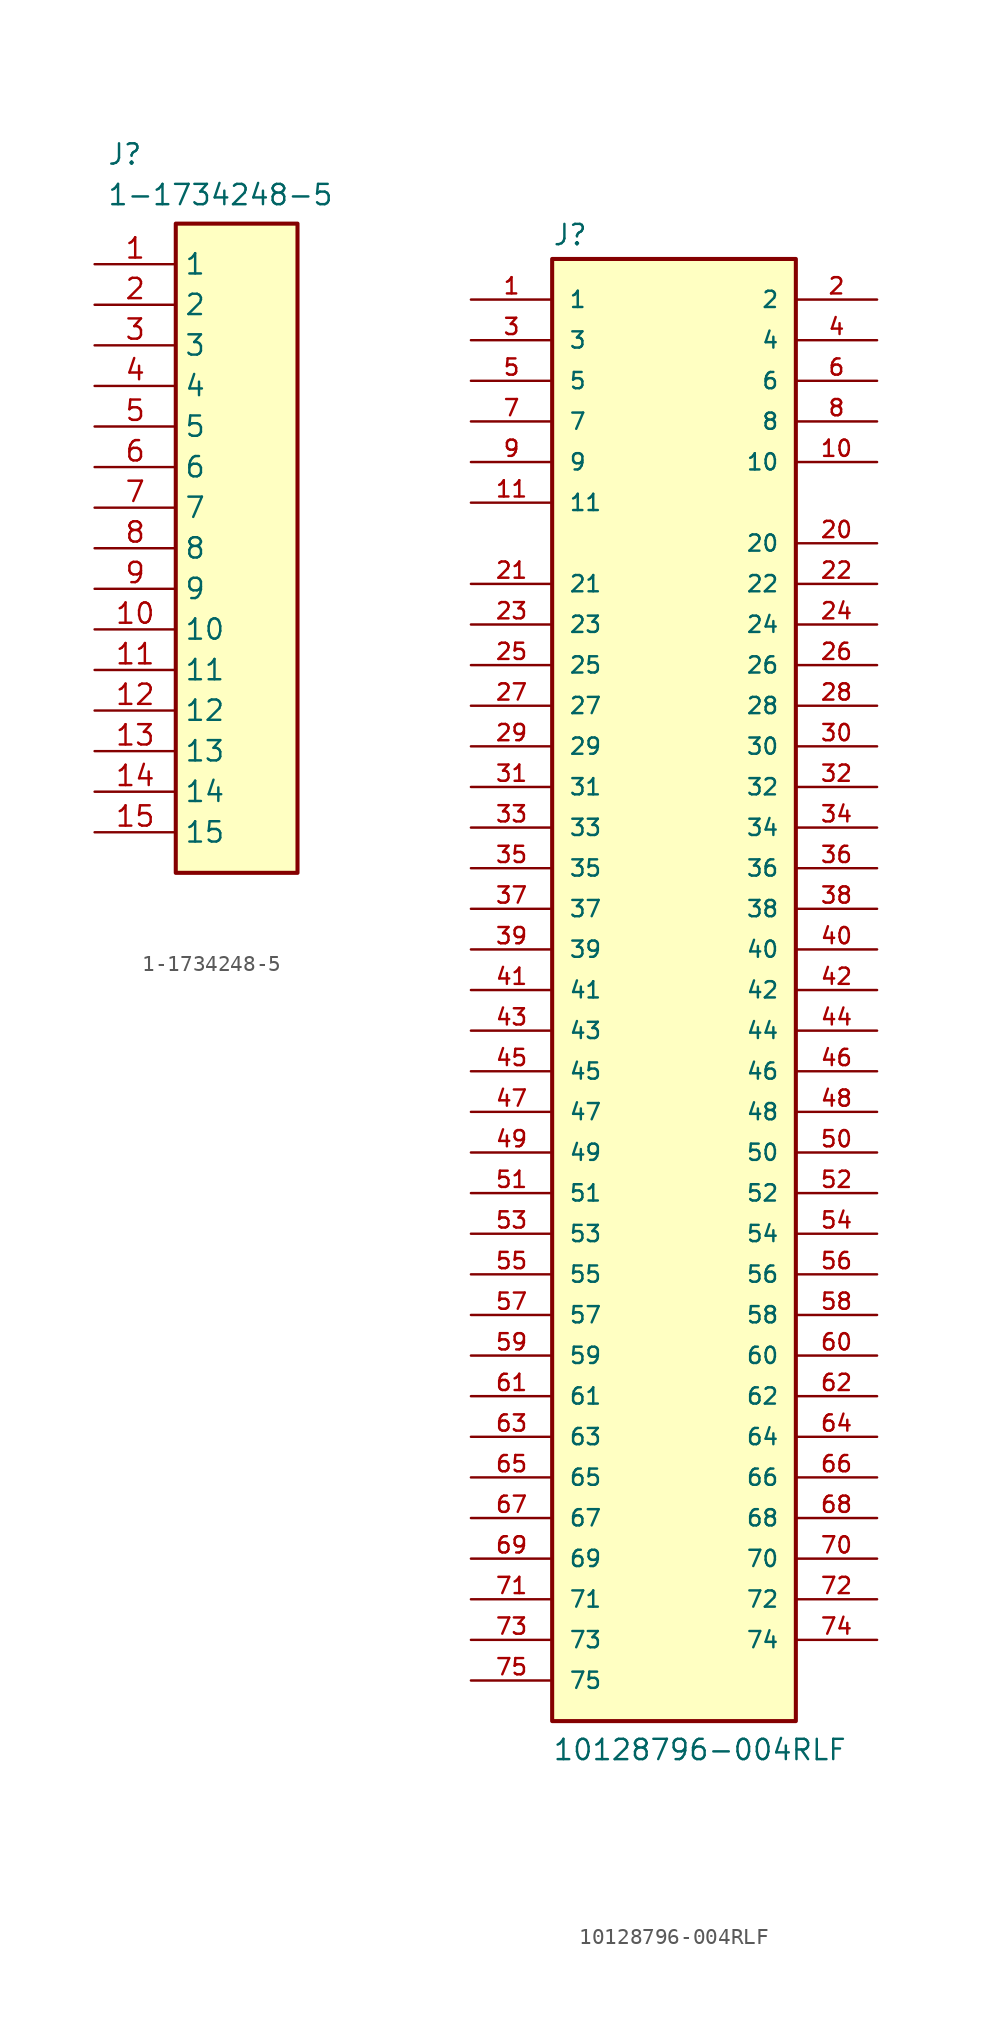
<source format=kicad_sym>
(kicad_symbol_lib
  (version 20241209)
  (generator "kicad_symbol_editor")
  (generator_version "9.0")
  (symbol "1-1734248-5"
    (property "Reference" "J"
      (at 0.762 7.62 0)
      (effects (font (size 1.27 1.27)) (justify left top)))
    (property "Value" "1-1734248-5"
      (at 0.762 5.08 0)
      (effects (font (size 1.27 1.27)) (justify left top)))
    (symbol "1-1734248-5_1_1"
      (rectangle (start 5.08 2.54) (end 12.7 -38.1) (stroke (width 0.254) (type default)) (fill (type background)))
      (pin passive line (at 0 0 0) (length 5.08) (name "1" (effects (font (size 1.27 1.27)))) (number "1" (effects (font (size 1.27 1.27)))))
      (pin passive line (at 0 -2.54 0) (length 5.08) (name "2" (effects (font (size 1.27 1.27)))) (number "2" (effects (font (size 1.27 1.27)))))
      (pin passive line (at 0 -5.08 0) (length 5.08) (name "3" (effects (font (size 1.27 1.27)))) (number "3" (effects (font (size 1.27 1.27)))))
      (pin passive line (at 0 -7.62 0) (length 5.08) (name "4" (effects (font (size 1.27 1.27)))) (number "4" (effects (font (size 1.27 1.27)))))
      (pin passive line (at 0 -10.16 0) (length 5.08) (name "5" (effects (font (size 1.27 1.27)))) (number "5" (effects (font (size 1.27 1.27)))))
      (pin passive line (at 0 -12.7 0) (length 5.08) (name "6" (effects (font (size 1.27 1.27)))) (number "6" (effects (font (size 1.27 1.27)))))
      (pin passive line (at 0 -15.24 0) (length 5.08) (name "7" (effects (font (size 1.27 1.27)))) (number "7" (effects (font (size 1.27 1.27)))))
      (pin passive line (at 0 -17.78 0) (length 5.08) (name "8" (effects (font (size 1.27 1.27)))) (number "8" (effects (font (size 1.27 1.27)))))
      (pin passive line (at 0 -20.32 0) (length 5.08) (name "9" (effects (font (size 1.27 1.27)))) (number "9" (effects (font (size 1.27 1.27)))))
      (pin passive line (at 0 -22.86 0) (length 5.08) (name "10" (effects (font (size 1.27 1.27)))) (number "10" (effects (font (size 1.27 1.27)))))
      (pin passive line (at 0 -25.4 0) (length 5.08) (name "11" (effects (font (size 1.27 1.27)))) (number "11" (effects (font (size 1.27 1.27)))))
      (pin passive line (at 0 -27.94 0) (length 5.08) (name "12" (effects (font (size 1.27 1.27)))) (number "12" (effects (font (size 1.27 1.27)))))
      (pin passive line (at 0 -30.48 0) (length 5.08) (name "13" (effects (font (size 1.27 1.27)))) (number "13" (effects (font (size 1.27 1.27)))))
      (pin passive line (at 0 -33.02 0) (length 5.08) (name "14" (effects (font (size 1.27 1.27)))) (number "14" (effects (font (size 1.27 1.27)))))
      (pin passive line (at 0 -35.56 0) (length 5.08) (name "15" (effects (font (size 1.27 1.27)))) (number "15" (effects (font (size 1.27 1.27)))))))
  (symbol "10128796-004RLF"
    (pin_names
      (offset 1.016))
    (property "Reference" "J"
      (at -7.62 46.482 0)
      (effects (font (size 1.27 1.27)) (justify left bottom)))
    (property "Value" "10128796-004RLF"
      (at -7.62 -48.26 0)
      (effects (font (size 1.27 1.27)) (justify left bottom)))
    (symbol "10128796-004RLF_0_0"
      (rectangle (start -7.62 -45.72) (end 7.62 45.72) (stroke (width 0.254) (type default)) (fill (type background)))
      (pin passive line (at -12.7 43.18 0) (length 5.08) (name "1" (effects (font (size 1.016 1.016)))) (number "1" (effects (font (size 1.016 1.016)))))
      (pin passive line (at -12.7 40.64 0) (length 5.08) (name "3" (effects (font (size 1.016 1.016)))) (number "3" (effects (font (size 1.016 1.016)))))
      (pin passive line (at -12.7 38.1 0) (length 5.08) (name "5" (effects (font (size 1.016 1.016)))) (number "5" (effects (font (size 1.016 1.016)))))
      (pin passive line (at -12.7 35.56 0) (length 5.08) (name "7" (effects (font (size 1.016 1.016)))) (number "7" (effects (font (size 1.016 1.016)))))
      (pin passive line (at -12.7 33.02 0) (length 5.08) (name "9" (effects (font (size 1.016 1.016)))) (number "9" (effects (font (size 1.016 1.016)))))
      (pin passive line (at -12.7 30.48 0) (length 5.08) (name "11" (effects (font (size 1.016 1.016)))) (number "11" (effects (font (size 1.016 1.016)))))
      (pin passive line (at -12.7 25.4 0) (length 5.08) (name "21" (effects (font (size 1.016 1.016)))) (number "21" (effects (font (size 1.016 1.016)))))
      (pin passive line (at -12.7 22.86 0) (length 5.08) (name "23" (effects (font (size 1.016 1.016)))) (number "23" (effects (font (size 1.016 1.016)))))
      (pin passive line (at -12.7 20.32 0) (length 5.08) (name "25" (effects (font (size 1.016 1.016)))) (number "25" (effects (font (size 1.016 1.016)))))
      (pin passive line (at -12.7 17.78 0) (length 5.08) (name "27" (effects (font (size 1.016 1.016)))) (number "27" (effects (font (size 1.016 1.016)))))
      (pin passive line (at -12.7 15.24 0) (length 5.08) (name "29" (effects (font (size 1.016 1.016)))) (number "29" (effects (font (size 1.016 1.016)))))
      (pin passive line (at -12.7 12.7 0) (length 5.08) (name "31" (effects (font (size 1.016 1.016)))) (number "31" (effects (font (size 1.016 1.016)))))
      (pin passive line (at -12.7 10.16 0) (length 5.08) (name "33" (effects (font (size 1.016 1.016)))) (number "33" (effects (font (size 1.016 1.016)))))
      (pin passive line (at -12.7 7.62 0) (length 5.08) (name "35" (effects (font (size 1.016 1.016)))) (number "35" (effects (font (size 1.016 1.016)))))
      (pin passive line (at -12.7 5.08 0) (length 5.08) (name "37" (effects (font (size 1.016 1.016)))) (number "37" (effects (font (size 1.016 1.016)))))
      (pin passive line (at -12.7 2.54 0) (length 5.08) (name "39" (effects (font (size 1.016 1.016)))) (number "39" (effects (font (size 1.016 1.016)))))
      (pin passive line (at -12.7 0 0) (length 5.08) (name "41" (effects (font (size 1.016 1.016)))) (number "41" (effects (font (size 1.016 1.016)))))
      (pin passive line (at -12.7 -2.54 0) (length 5.08) (name "43" (effects (font (size 1.016 1.016)))) (number "43" (effects (font (size 1.016 1.016)))))
      (pin passive line (at -12.7 -5.08 0) (length 5.08) (name "45" (effects (font (size 1.016 1.016)))) (number "45" (effects (font (size 1.016 1.016)))))
      (pin passive line (at -12.7 -7.62 0) (length 5.08) (name "47" (effects (font (size 1.016 1.016)))) (number "47" (effects (font (size 1.016 1.016)))))
      (pin passive line (at -12.7 -10.16 0) (length 5.08) (name "49" (effects (font (size 1.016 1.016)))) (number "49" (effects (font (size 1.016 1.016)))))
      (pin passive line (at -12.7 -12.7 0) (length 5.08) (name "51" (effects (font (size 1.016 1.016)))) (number "51" (effects (font (size 1.016 1.016)))))
      (pin passive line (at -12.7 -15.24 0) (length 5.08) (name "53" (effects (font (size 1.016 1.016)))) (number "53" (effects (font (size 1.016 1.016)))))
      (pin passive line (at -12.7 -17.78 0) (length 5.08) (name "55" (effects (font (size 1.016 1.016)))) (number "55" (effects (font (size 1.016 1.016)))))
      (pin passive line (at -12.7 -20.32 0) (length 5.08) (name "57" (effects (font (size 1.016 1.016)))) (number "57" (effects (font (size 1.016 1.016)))))
      (pin passive line (at -12.7 -22.86 0) (length 5.08) (name "59" (effects (font (size 1.016 1.016)))) (number "59" (effects (font (size 1.016 1.016)))))
      (pin passive line (at -12.7 -25.4 0) (length 5.08) (name "61" (effects (font (size 1.016 1.016)))) (number "61" (effects (font (size 1.016 1.016)))))
      (pin passive line (at -12.7 -27.94 0) (length 5.08) (name "63" (effects (font (size 1.016 1.016)))) (number "63" (effects (font (size 1.016 1.016)))))
      (pin passive line (at -12.7 -30.48 0) (length 5.08) (name "65" (effects (font (size 1.016 1.016)))) (number "65" (effects (font (size 1.016 1.016)))))
      (pin passive line (at -12.7 -33.02 0) (length 5.08) (name "67" (effects (font (size 1.016 1.016)))) (number "67" (effects (font (size 1.016 1.016)))))
      (pin passive line (at -12.7 -35.56 0) (length 5.08) (name "69" (effects (font (size 1.016 1.016)))) (number "69" (effects (font (size 1.016 1.016)))))
      (pin passive line (at -12.7 -38.1 0) (length 5.08) (name "71" (effects (font (size 1.016 1.016)))) (number "71" (effects (font (size 1.016 1.016)))))
      (pin passive line (at -12.7 -40.64 0) (length 5.08) (name "73" (effects (font (size 1.016 1.016)))) (number "73" (effects (font (size 1.016 1.016)))))
      (pin passive line (at -12.7 -43.18 0) (length 5.08) (name "75" (effects (font (size 1.016 1.016)))) (number "75" (effects (font (size 1.016 1.016)))))
      (pin passive line (at 12.7 43.18 180) (length 5.08) (name "2" (effects (font (size 1.016 1.016)))) (number "2" (effects (font (size 1.016 1.016)))))
      (pin passive line (at 12.7 40.64 180) (length 5.08) (name "4" (effects (font (size 1.016 1.016)))) (number "4" (effects (font (size 1.016 1.016)))))
      (pin passive line (at 12.7 38.1 180) (length 5.08) (name "6" (effects (font (size 1.016 1.016)))) (number "6" (effects (font (size 1.016 1.016)))))
      (pin passive line (at 12.7 35.56 180) (length 5.08) (name "8" (effects (font (size 1.016 1.016)))) (number "8" (effects (font (size 1.016 1.016)))))
      (pin passive line (at 12.7 33.02 180) (length 5.08) (name "10" (effects (font (size 1.016 1.016)))) (number "10" (effects (font (size 1.016 1.016)))))
      (pin passive line (at 12.7 27.94 180) (length 5.08) (name "20" (effects (font (size 1.016 1.016)))) (number "20" (effects (font (size 1.016 1.016)))))
      (pin passive line (at 12.7 25.4 180) (length 5.08) (name "22" (effects (font (size 1.016 1.016)))) (number "22" (effects (font (size 1.016 1.016)))))
      (pin passive line (at 12.7 22.86 180) (length 5.08) (name "24" (effects (font (size 1.016 1.016)))) (number "24" (effects (font (size 1.016 1.016)))))
      (pin passive line (at 12.7 20.32 180) (length 5.08) (name "26" (effects (font (size 1.016 1.016)))) (number "26" (effects (font (size 1.016 1.016)))))
      (pin passive line (at 12.7 17.78 180) (length 5.08) (name "28" (effects (font (size 1.016 1.016)))) (number "28" (effects (font (size 1.016 1.016)))))
      (pin passive line (at 12.7 15.24 180) (length 5.08) (name "30" (effects (font (size 1.016 1.016)))) (number "30" (effects (font (size 1.016 1.016)))))
      (pin passive line (at 12.7 12.7 180) (length 5.08) (name "32" (effects (font (size 1.016 1.016)))) (number "32" (effects (font (size 1.016 1.016)))))
      (pin passive line (at 12.7 10.16 180) (length 5.08) (name "34" (effects (font (size 1.016 1.016)))) (number "34" (effects (font (size 1.016 1.016)))))
      (pin passive line (at 12.7 7.62 180) (length 5.08) (name "36" (effects (font (size 1.016 1.016)))) (number "36" (effects (font (size 1.016 1.016)))))
      (pin passive line (at 12.7 5.08 180) (length 5.08) (name "38" (effects (font (size 1.016 1.016)))) (number "38" (effects (font (size 1.016 1.016)))))
      (pin passive line (at 12.7 2.54 180) (length 5.08) (name "40" (effects (font (size 1.016 1.016)))) (number "40" (effects (font (size 1.016 1.016)))))
      (pin passive line (at 12.7 0 180) (length 5.08) (name "42" (effects (font (size 1.016 1.016)))) (number "42" (effects (font (size 1.016 1.016)))))
      (pin passive line (at 12.7 -2.54 180) (length 5.08) (name "44" (effects (font (size 1.016 1.016)))) (number "44" (effects (font (size 1.016 1.016)))))
      (pin passive line (at 12.7 -5.08 180) (length 5.08) (name "46" (effects (font (size 1.016 1.016)))) (number "46" (effects (font (size 1.016 1.016)))))
      (pin passive line (at 12.7 -7.62 180) (length 5.08) (name "48" (effects (font (size 1.016 1.016)))) (number "48" (effects (font (size 1.016 1.016)))))
      (pin passive line (at 12.7 -10.16 180) (length 5.08) (name "50" (effects (font (size 1.016 1.016)))) (number "50" (effects (font (size 1.016 1.016)))))
      (pin passive line (at 12.7 -12.7 180) (length 5.08) (name "52" (effects (font (size 1.016 1.016)))) (number "52" (effects (font (size 1.016 1.016)))))
      (pin passive line (at 12.7 -15.24 180) (length 5.08) (name "54" (effects (font (size 1.016 1.016)))) (number "54" (effects (font (size 1.016 1.016)))))
      (pin passive line (at 12.7 -17.78 180) (length 5.08) (name "56" (effects (font (size 1.016 1.016)))) (number "56" (effects (font (size 1.016 1.016)))))
      (pin passive line (at 12.7 -20.32 180) (length 5.08) (name "58" (effects (font (size 1.016 1.016)))) (number "58" (effects (font (size 1.016 1.016)))))
      (pin passive line (at 12.7 -22.86 180) (length 5.08) (name "60" (effects (font (size 1.016 1.016)))) (number "60" (effects (font (size 1.016 1.016)))))
      (pin passive line (at 12.7 -25.4 180) (length 5.08) (name "62" (effects (font (size 1.016 1.016)))) (number "62" (effects (font (size 1.016 1.016)))))
      (pin passive line (at 12.7 -27.94 180) (length 5.08) (name "64" (effects (font (size 1.016 1.016)))) (number "64" (effects (font (size 1.016 1.016)))))
      (pin passive line (at 12.7 -30.48 180) (length 5.08) (name "66" (effects (font (size 1.016 1.016)))) (number "66" (effects (font (size 1.016 1.016)))))
      (pin passive line (at 12.7 -33.02 180) (length 5.08) (name "68" (effects (font (size 1.016 1.016)))) (number "68" (effects (font (size 1.016 1.016)))))
      (pin passive line (at 12.7 -35.56 180) (length 5.08) (name "70" (effects (font (size 1.016 1.016)))) (number "70" (effects (font (size 1.016 1.016)))))
      (pin passive line (at 12.7 -38.1 180) (length 5.08) (name "72" (effects (font (size 1.016 1.016)))) (number "72" (effects (font (size 1.016 1.016)))))
      (pin passive line (at 12.7 -40.64 180) (length 5.08) (name "74" (effects (font (size 1.016 1.016)))) (number "74" (effects (font (size 1.016 1.016))))))))
</source>
